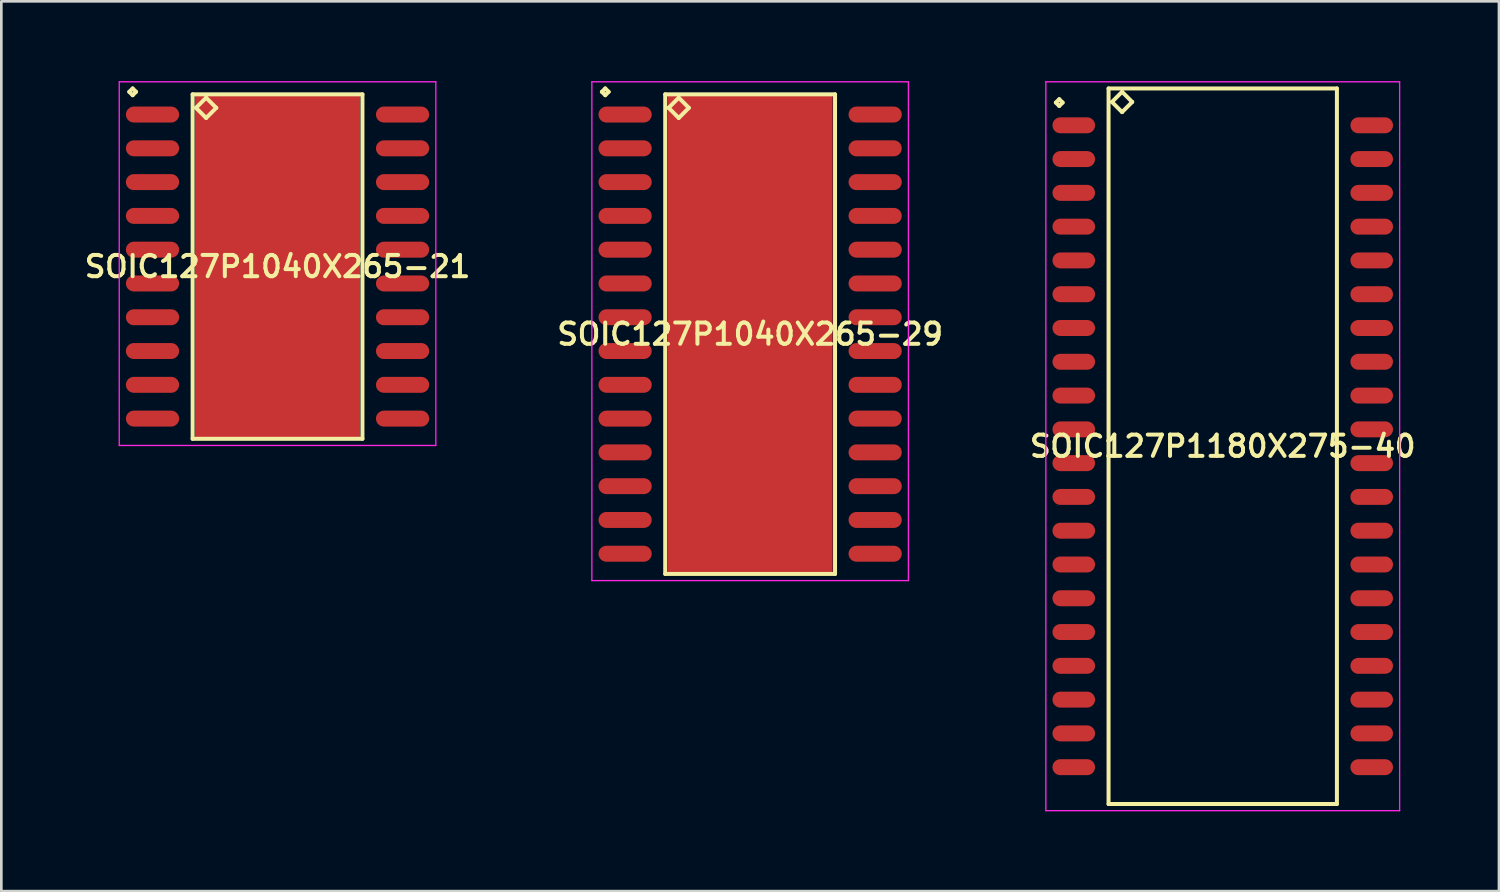
<source format=kicad_pcb>
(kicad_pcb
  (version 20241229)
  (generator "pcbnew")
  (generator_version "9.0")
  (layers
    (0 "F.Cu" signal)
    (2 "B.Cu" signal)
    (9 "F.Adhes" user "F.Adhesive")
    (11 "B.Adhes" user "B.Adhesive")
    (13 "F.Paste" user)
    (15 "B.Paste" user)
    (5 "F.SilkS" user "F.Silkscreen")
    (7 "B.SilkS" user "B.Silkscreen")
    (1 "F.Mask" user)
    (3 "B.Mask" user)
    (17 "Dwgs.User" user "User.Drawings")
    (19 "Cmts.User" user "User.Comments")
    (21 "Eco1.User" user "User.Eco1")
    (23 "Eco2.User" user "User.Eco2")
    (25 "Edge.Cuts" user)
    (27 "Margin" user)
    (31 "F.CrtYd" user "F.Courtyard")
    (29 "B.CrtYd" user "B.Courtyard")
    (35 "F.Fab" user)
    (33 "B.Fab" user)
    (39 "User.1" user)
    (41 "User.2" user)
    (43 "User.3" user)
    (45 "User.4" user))
  (footprint "SOIC127P1040X265-29"
    (layer "F.Cu")
    (at 25.149 9.511)
    (property "Reference" "SOIC127P1040X265-29" (at 0 0 0) (layer "F.SilkS") (effects (font (size 0.8 0.8) (thickness 0.15))))
    (attr smd)
    (fp_line (start -5.573 -9.109) (end -5.446 -9.236) (stroke (width 0.15) (type solid)) (layer "F.SilkS"))
    (fp_line (start -5.446 -9.236) (end -5.319 -9.109) (stroke (width 0.15) (type solid)) (layer "F.SilkS"))
    (fp_line (start -5.446 -8.982) (end -5.573 -9.109) (stroke (width 0.15) (type solid)) (layer "F.SilkS"))
    (fp_line (start -5.319 -9.109) (end -5.446 -8.982) (stroke (width 0.15) (type solid)) (layer "F.SilkS"))
    (fp_line (start -3.192 -9.015) (end -3.192 9.015) (stroke (width 0.15) (type solid)) (layer "F.SilkS"))
    (fp_line (start -3.192 9.015) (end 3.192 9.015) (stroke (width 0.15) (type solid)) (layer "F.SilkS"))
    (fp_line (start -3.065 -8.507) (end -2.684 -8.888) (stroke (width 0.15) (type solid)) (layer "F.SilkS"))
    (fp_line (start -2.684 -8.888) (end -2.303 -8.507) (stroke (width 0.15) (type solid)) (layer "F.SilkS"))
    (fp_line (start -2.684 -8.126) (end -3.065 -8.507) (stroke (width 0.15) (type solid)) (layer "F.SilkS"))
    (fp_line (start -2.303 -8.507) (end -2.684 -8.126) (stroke (width 0.15) (type solid)) (layer "F.SilkS"))
    (fp_line (start 3.192 -9.015) (end -3.192 -9.015) (stroke (width 0.15) (type solid)) (layer "F.SilkS"))
    (fp_line (start 3.192 9.015) (end 3.192 -9.015) (stroke (width 0.15) (type solid)) (layer "F.SilkS"))
    (fp_line (start -5.95 -9.486) (end 5.95 -9.486) (stroke (width 0.05) (type solid)) (layer "F.CrtYd"))
    (fp_line (start -5.95 9.265) (end -5.95 -9.486) (stroke (width 0.05) (type solid)) (layer "F.CrtYd"))
    (fp_line (start 5.95 -9.486) (end 5.95 9.265) (stroke (width 0.05) (type solid)) (layer "F.CrtYd"))
    (fp_line (start 5.95 9.265) (end -5.95 9.265) (stroke (width 0.05) (type solid)) (layer "F.CrtYd"))
    (pad "1" smd oval (at -4.7 -8.255) (size 2 0.6) (layers "F.Cu" "F.Mask" "F.Paste"))
    (pad "2" smd oval (at -4.7 -6.985) (size 2 0.6) (layers "F.Cu" "F.Mask" "F.Paste"))
    (pad "3" smd oval (at -4.7 -5.715) (size 2 0.6) (layers "F.Cu" "F.Mask" "F.Paste"))
    (pad "4" smd oval (at -4.7 -4.445) (size 2 0.6) (layers "F.Cu" "F.Mask" "F.Paste"))
    (pad "5" smd oval (at -4.7 -3.175) (size 2 0.6) (layers "F.Cu" "F.Mask" "F.Paste"))
    (pad "6" smd oval (at -4.7 -1.905) (size 2 0.6) (layers "F.Cu" "F.Mask" "F.Paste"))
    (pad "7" smd oval (at -4.7 -0.635) (size 2 0.6) (layers "F.Cu" "F.Mask" "F.Paste"))
    (pad "8" smd oval (at -4.7 0.635) (size 2 0.6) (layers "F.Cu" "F.Mask" "F.Paste"))
    (pad "9" smd oval (at -4.7 1.905) (size 2 0.6) (layers "F.Cu" "F.Mask" "F.Paste"))
    (pad "10" smd oval (at -4.7 3.175) (size 2 0.6) (layers "F.Cu" "F.Mask" "F.Paste"))
    (pad "11" smd oval (at -4.7 4.445) (size 2 0.6) (layers "F.Cu" "F.Mask" "F.Paste"))
    (pad "12" smd oval (at -4.7 5.715) (size 2 0.6) (layers "F.Cu" "F.Mask" "F.Paste"))
    (pad "13" smd oval (at -4.7 6.985) (size 2 0.6) (layers "F.Cu" "F.Mask" "F.Paste"))
    (pad "14" smd oval (at -4.7 8.255) (size 2 0.6) (layers "F.Cu" "F.Mask" "F.Paste"))
    (pad "15" smd oval (at 4.7 8.255) (size 2 0.6) (layers "F.Cu" "F.Mask" "F.Paste"))
    (pad "16" smd oval (at 4.7 6.985) (size 2 0.6) (layers "F.Cu" "F.Mask" "F.Paste"))
    (pad "17" smd oval (at 4.7 5.715) (size 2 0.6) (layers "F.Cu" "F.Mask" "F.Paste"))
    (pad "18" smd oval (at 4.7 4.445) (size 2 0.6) (layers "F.Cu" "F.Mask" "F.Paste"))
    (pad "19" smd oval (at 4.7 3.175) (size 2 0.6) (layers "F.Cu" "F.Mask" "F.Paste"))
    (pad "20" smd oval (at 4.7 1.905) (size 2 0.6) (layers "F.Cu" "F.Mask" "F.Paste"))
    (pad "21" smd oval (at 4.7 0.635) (size 2 0.6) (layers "F.Cu" "F.Mask" "F.Paste"))
    (pad "22" smd oval (at 4.7 -0.635) (size 2 0.6) (layers "F.Cu" "F.Mask" "F.Paste"))
    (pad "23" smd oval (at 4.7 -1.905) (size 2 0.6) (layers "F.Cu" "F.Mask" "F.Paste"))
    (pad "24" smd oval (at 4.7 -3.175) (size 2 0.6) (layers "F.Cu" "F.Mask" "F.Paste"))
    (pad "25" smd oval (at 4.7 -4.445) (size 2 0.6) (layers "F.Cu" "F.Mask" "F.Paste"))
    (pad "26" smd oval (at 4.7 -5.715) (size 2 0.6) (layers "F.Cu" "F.Mask" "F.Paste"))
    (pad "27" smd oval (at 4.7 -6.985) (size 2 0.6) (layers "F.Cu" "F.Mask" "F.Paste"))
    (pad "28" smd oval (at 4.7 -8.255) (size 2 0.6) (layers "F.Cu" "F.Mask" "F.Paste"))
    (pad "29" smd rect (at 0 0) (size 6.2 18) (layers "F.Cu" "F.Mask" "F.Paste")))
  (footprint "SOIC127P1180X275-40"
    (layer "F.Cu")
    (at 42.915 13.725)
    (property "Reference" "SOIC127P1180X275-40" (at 0 0 0) (layer "F.SilkS") (effects (font (size 0.8 0.8) (thickness 0.15))))
    (attr smd)
    (fp_line (start -6.273 -12.919) (end -6.146 -13.046) (stroke (width 0.15) (type solid)) (layer "F.SilkS"))
    (fp_line (start -6.146 -13.046) (end -6.019 -12.919) (stroke (width 0.15) (type solid)) (layer "F.SilkS"))
    (fp_line (start -6.146 -12.792) (end -6.273 -12.919) (stroke (width 0.15) (type solid)) (layer "F.SilkS"))
    (fp_line (start -6.019 -12.919) (end -6.146 -12.792) (stroke (width 0.15) (type solid)) (layer "F.SilkS"))
    (fp_line (start -4.292 -13.45) (end -4.292 13.45) (stroke (width 0.15) (type solid)) (layer "F.SilkS"))
    (fp_line (start -4.292 13.45) (end 4.292 13.45) (stroke (width 0.15) (type solid)) (layer "F.SilkS"))
    (fp_line (start -4.165 -12.942) (end -3.784 -13.323) (stroke (width 0.15) (type solid)) (layer "F.SilkS"))
    (fp_line (start -3.784 -13.323) (end -3.403 -12.942) (stroke (width 0.15) (type solid)) (layer "F.SilkS"))
    (fp_line (start -3.784 -12.561) (end -4.165 -12.942) (stroke (width 0.15) (type solid)) (layer "F.SilkS"))
    (fp_line (start -3.403 -12.942) (end -3.784 -12.561) (stroke (width 0.15) (type solid)) (layer "F.SilkS"))
    (fp_line (start 4.292 -13.45) (end -4.292 -13.45) (stroke (width 0.15) (type solid)) (layer "F.SilkS"))
    (fp_line (start 4.292 13.45) (end 4.292 -13.45) (stroke (width 0.15) (type solid)) (layer "F.SilkS"))
    (fp_line (start -6.65 -13.7) (end 6.65 -13.7) (stroke (width 0.05) (type solid)) (layer "F.CrtYd"))
    (fp_line (start -6.65 13.7) (end -6.65 -13.7) (stroke (width 0.05) (type solid)) (layer "F.CrtYd"))
    (fp_line (start 6.65 -13.7) (end 6.65 13.7) (stroke (width 0.05) (type solid)) (layer "F.CrtYd"))
    (fp_line (start 6.65 13.7) (end -6.65 13.7) (stroke (width 0.05) (type solid)) (layer "F.CrtYd"))
    (pad "1" smd oval (at -5.6 -12.065) (size 1.6 0.6) (layers "F.Cu" "F.Mask" "F.Paste"))
    (pad "2" smd oval (at -5.6 -10.795) (size 1.6 0.6) (layers "F.Cu" "F.Mask" "F.Paste"))
    (pad "3" smd oval (at -5.6 -9.525) (size 1.6 0.6) (layers "F.Cu" "F.Mask" "F.Paste"))
    (pad "4" smd oval (at -5.6 -8.255) (size 1.6 0.6) (layers "F.Cu" "F.Mask" "F.Paste"))
    (pad "5" smd oval (at -5.6 -6.985) (size 1.6 0.6) (layers "F.Cu" "F.Mask" "F.Paste"))
    (pad "6" smd oval (at -5.6 -5.715) (size 1.6 0.6) (layers "F.Cu" "F.Mask" "F.Paste"))
    (pad "7" smd oval (at -5.6 -4.445) (size 1.6 0.6) (layers "F.Cu" "F.Mask" "F.Paste"))
    (pad "8" smd oval (at -5.6 -3.175) (size 1.6 0.6) (layers "F.Cu" "F.Mask" "F.Paste"))
    (pad "9" smd oval (at -5.6 -1.905) (size 1.6 0.6) (layers "F.Cu" "F.Mask" "F.Paste"))
    (pad "10" smd oval (at -5.6 -0.635) (size 1.6 0.6) (layers "F.Cu" "F.Mask" "F.Paste"))
    (pad "11" smd oval (at -5.6 0.635) (size 1.6 0.6) (layers "F.Cu" "F.Mask" "F.Paste"))
    (pad "12" smd oval (at -5.6 1.905) (size 1.6 0.6) (layers "F.Cu" "F.Mask" "F.Paste"))
    (pad "13" smd oval (at -5.6 3.175) (size 1.6 0.6) (layers "F.Cu" "F.Mask" "F.Paste"))
    (pad "14" smd oval (at -5.6 4.445) (size 1.6 0.6) (layers "F.Cu" "F.Mask" "F.Paste"))
    (pad "15" smd oval (at -5.6 5.715) (size 1.6 0.6) (layers "F.Cu" "F.Mask" "F.Paste"))
    (pad "16" smd oval (at -5.6 6.985) (size 1.6 0.6) (layers "F.Cu" "F.Mask" "F.Paste"))
    (pad "17" smd oval (at -5.6 8.255) (size 1.6 0.6) (layers "F.Cu" "F.Mask" "F.Paste"))
    (pad "18" smd oval (at -5.6 9.525) (size 1.6 0.6) (layers "F.Cu" "F.Mask" "F.Paste"))
    (pad "19" smd oval (at -5.6 10.795) (size 1.6 0.6) (layers "F.Cu" "F.Mask" "F.Paste"))
    (pad "20" smd oval (at -5.6 12.065) (size 1.6 0.6) (layers "F.Cu" "F.Mask" "F.Paste"))
    (pad "21" smd oval (at 5.6 12.065) (size 1.6 0.6) (layers "F.Cu" "F.Mask" "F.Paste"))
    (pad "22" smd oval (at 5.6 10.795) (size 1.6 0.6) (layers "F.Cu" "F.Mask" "F.Paste"))
    (pad "23" smd oval (at 5.6 9.525) (size 1.6 0.6) (layers "F.Cu" "F.Mask" "F.Paste"))
    (pad "24" smd oval (at 5.6 8.255) (size 1.6 0.6) (layers "F.Cu" "F.Mask" "F.Paste"))
    (pad "25" smd oval (at 5.6 6.985) (size 1.6 0.6) (layers "F.Cu" "F.Mask" "F.Paste"))
    (pad "26" smd oval (at 5.6 5.715) (size 1.6 0.6) (layers "F.Cu" "F.Mask" "F.Paste"))
    (pad "27" smd oval (at 5.6 4.445) (size 1.6 0.6) (layers "F.Cu" "F.Mask" "F.Paste"))
    (pad "28" smd oval (at 5.6 3.175) (size 1.6 0.6) (layers "F.Cu" "F.Mask" "F.Paste"))
    (pad "29" smd oval (at 5.6 1.905) (size 1.6 0.6) (layers "F.Cu" "F.Mask" "F.Paste"))
    (pad "30" smd oval (at 5.6 0.635) (size 1.6 0.6) (layers "F.Cu" "F.Mask" "F.Paste"))
    (pad "31" smd oval (at 5.6 -0.635) (size 1.6 0.6) (layers "F.Cu" "F.Mask" "F.Paste"))
    (pad "32" smd oval (at 5.6 -1.905) (size 1.6 0.6) (layers "F.Cu" "F.Mask" "F.Paste"))
    (pad "33" smd oval (at 5.6 -3.175) (size 1.6 0.6) (layers "F.Cu" "F.Mask" "F.Paste"))
    (pad "34" smd oval (at 5.6 -4.445) (size 1.6 0.6) (layers "F.Cu" "F.Mask" "F.Paste"))
    (pad "35" smd oval (at 5.6 -5.715) (size 1.6 0.6) (layers "F.Cu" "F.Mask" "F.Paste"))
    (pad "36" smd oval (at 5.6 -6.985) (size 1.6 0.6) (layers "F.Cu" "F.Mask" "F.Paste"))
    (pad "37" smd oval (at 5.6 -8.255) (size 1.6 0.6) (layers "F.Cu" "F.Mask" "F.Paste"))
    (pad "38" smd oval (at 5.6 -9.525) (size 1.6 0.6) (layers "F.Cu" "F.Mask" "F.Paste"))
    (pad "39" smd oval (at 5.6 -10.795) (size 1.6 0.6) (layers "F.Cu" "F.Mask" "F.Paste"))
    (pad "40" smd oval (at 5.6 -12.065) (size 1.6 0.6) (layers "F.Cu" "F.Mask" "F.Paste")))
  (footprint "SOIC127P1040X265-21"
    (layer "F.Cu")
    (at 7.383 6.971)
    (property "Reference" "SOIC127P1040X265-21" (at 0 0 0) (layer "F.SilkS") (effects (font (size 0.8 0.8) (thickness 0.15))))
    (attr smd)
    (fp_line (start -5.573 -6.569) (end -5.446 -6.696) (stroke (width 0.15) (type solid)) (layer "F.SilkS"))
    (fp_line (start -5.446 -6.696) (end -5.319 -6.569) (stroke (width 0.15) (type solid)) (layer "F.SilkS"))
    (fp_line (start -5.446 -6.442) (end -5.573 -6.569) (stroke (width 0.15) (type solid)) (layer "F.SilkS"))
    (fp_line (start -5.319 -6.569) (end -5.446 -6.442) (stroke (width 0.15) (type solid)) (layer "F.SilkS"))
    (fp_line (start -3.192 -6.475) (end -3.192 6.475) (stroke (width 0.15) (type solid)) (layer "F.SilkS"))
    (fp_line (start -3.192 6.475) (end 3.192 6.475) (stroke (width 0.15) (type solid)) (layer "F.SilkS"))
    (fp_line (start -3.065 -5.967) (end -2.684 -6.348) (stroke (width 0.15) (type solid)) (layer "F.SilkS"))
    (fp_line (start -2.684 -6.348) (end -2.303 -5.967) (stroke (width 0.15) (type solid)) (layer "F.SilkS"))
    (fp_line (start -2.684 -5.586) (end -3.065 -5.967) (stroke (width 0.15) (type solid)) (layer "F.SilkS"))
    (fp_line (start -2.303 -5.967) (end -2.684 -5.586) (stroke (width 0.15) (type solid)) (layer "F.SilkS"))
    (fp_line (start 3.192 -6.475) (end -3.192 -6.475) (stroke (width 0.15) (type solid)) (layer "F.SilkS"))
    (fp_line (start 3.192 6.475) (end 3.192 -6.475) (stroke (width 0.15) (type solid)) (layer "F.SilkS"))
    (fp_line (start -5.95 -6.946) (end 5.95 -6.946) (stroke (width 0.05) (type solid)) (layer "F.CrtYd"))
    (fp_line (start -5.95 6.725) (end -5.95 -6.946) (stroke (width 0.05) (type solid)) (layer "F.CrtYd"))
    (fp_line (start 5.95 -6.946) (end 5.95 6.725) (stroke (width 0.05) (type solid)) (layer "F.CrtYd"))
    (fp_line (start 5.95 6.725) (end -5.95 6.725) (stroke (width 0.05) (type solid)) (layer "F.CrtYd"))
    (pad "1" smd oval (at -4.7 -5.715) (size 2 0.6) (layers "F.Cu" "F.Mask" "F.Paste"))
    (pad "2" smd oval (at -4.7 -4.445) (size 2 0.6) (layers "F.Cu" "F.Mask" "F.Paste"))
    (pad "3" smd oval (at -4.7 -3.175) (size 2 0.6) (layers "F.Cu" "F.Mask" "F.Paste"))
    (pad "4" smd oval (at -4.7 -1.905) (size 2 0.6) (layers "F.Cu" "F.Mask" "F.Paste"))
    (pad "5" smd oval (at -4.7 -0.635) (size 2 0.6) (layers "F.Cu" "F.Mask" "F.Paste"))
    (pad "6" smd oval (at -4.7 0.635) (size 2 0.6) (layers "F.Cu" "F.Mask" "F.Paste"))
    (pad "7" smd oval (at -4.7 1.905) (size 2 0.6) (layers "F.Cu" "F.Mask" "F.Paste"))
    (pad "8" smd oval (at -4.7 3.175) (size 2 0.6) (layers "F.Cu" "F.Mask" "F.Paste"))
    (pad "9" smd oval (at -4.7 4.445) (size 2 0.6) (layers "F.Cu" "F.Mask" "F.Paste"))
    (pad "10" smd oval (at -4.7 5.715) (size 2 0.6) (layers "F.Cu" "F.Mask" "F.Paste"))
    (pad "11" smd oval (at 4.7 5.715) (size 2 0.6) (layers "F.Cu" "F.Mask" "F.Paste"))
    (pad "12" smd oval (at 4.7 4.445) (size 2 0.6) (layers "F.Cu" "F.Mask" "F.Paste"))
    (pad "13" smd oval (at 4.7 3.175) (size 2 0.6) (layers "F.Cu" "F.Mask" "F.Paste"))
    (pad "14" smd oval (at 4.7 1.905) (size 2 0.6) (layers "F.Cu" "F.Mask" "F.Paste"))
    (pad "15" smd oval (at 4.7 0.635) (size 2 0.6) (layers "F.Cu" "F.Mask" "F.Paste"))
    (pad "16" smd oval (at 4.7 -0.635) (size 2 0.6) (layers "F.Cu" "F.Mask" "F.Paste"))
    (pad "17" smd oval (at 4.7 -1.905) (size 2 0.6) (layers "F.Cu" "F.Mask" "F.Paste"))
    (pad "18" smd oval (at 4.7 -3.175) (size 2 0.6) (layers "F.Cu" "F.Mask" "F.Paste"))
    (pad "19" smd oval (at 4.7 -4.445) (size 2 0.6) (layers "F.Cu" "F.Mask" "F.Paste"))
    (pad "20" smd oval (at 4.7 -5.715) (size 2 0.6) (layers "F.Cu" "F.Mask" "F.Paste"))
    (pad "21" smd rect (at 0 0) (size 6.2 12.95) (layers "F.Cu" "F.Mask" "F.Paste")))
  (gr_rect
    (start -3 -3)
    (end 53.299 30.45)
    (stroke (width 0.1) (type default))
    (fill no)
    (layer "Edge.Cuts")))
</source>
